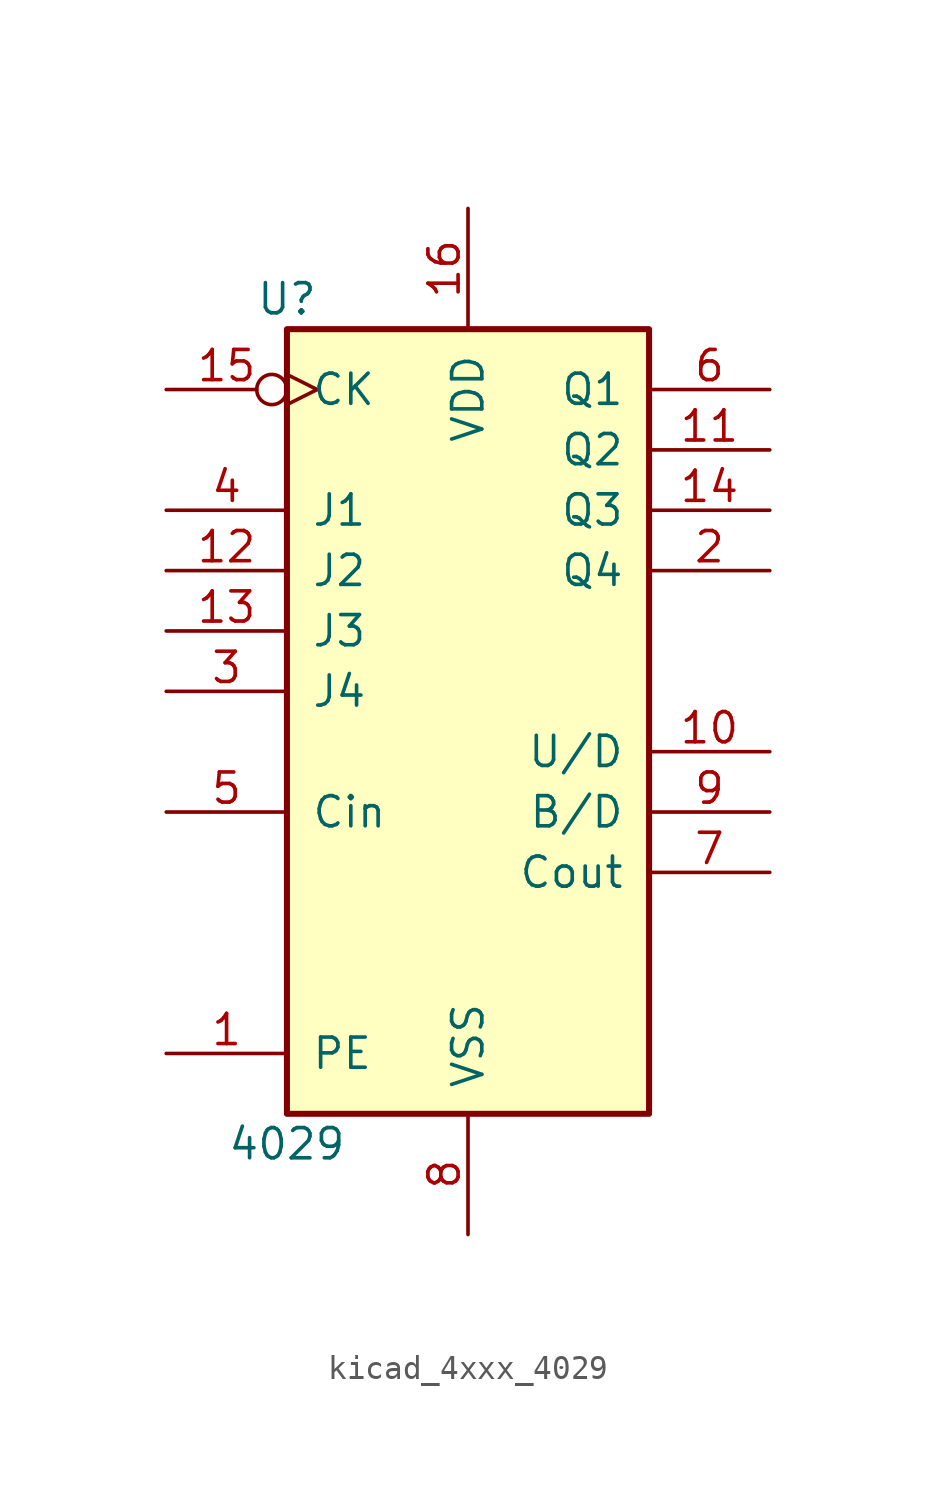
<source format=kicad_sym>
(kicad_symbol_lib
  (version 20220914)
  (generator kicad_symbol_editor)
  (symbol "kicad_4xxx_4029"
    (pin_names
      (offset 1.016))
    (property "Reference" "U"
      (at -7.62 16.51 0)
      (effects (font (size 1.27 1.27))))
    (property "Value" "4029"
      (at -7.62 -19.05 0)
      (effects (font (size 1.27 1.27))))
    (property "ki_locked" ""
      (at 0 0 0)
      (effects (font (size 1.27 1.27))))
    (symbol "kicad_4xxx_4029_1_0"
      (pin input line (at -12.7 -15.24 0) (length 5.08) (name "PE" (effects (font (size 1.27 1.27)))) (number "1" (effects (font (size 1.27 1.27)))))
      (pin input line (at 12.7 -2.54 180) (length 5.08) (name "U/D" (effects (font (size 1.27 1.27)))) (number "10" (effects (font (size 1.27 1.27)))))
      (pin output line (at 12.7 10.16 180) (length 5.08) (name "Q2" (effects (font (size 1.27 1.27)))) (number "11" (effects (font (size 1.27 1.27)))))
      (pin input line (at -12.7 5.08 0) (length 5.08) (name "J2" (effects (font (size 1.27 1.27)))) (number "12" (effects (font (size 1.27 1.27)))))
      (pin input line (at -12.7 2.54 0) (length 5.08) (name "J3" (effects (font (size 1.27 1.27)))) (number "13" (effects (font (size 1.27 1.27)))))
      (pin output line (at 12.7 7.62 180) (length 5.08) (name "Q3" (effects (font (size 1.27 1.27)))) (number "14" (effects (font (size 1.27 1.27)))))
      (pin input inverted_clock (at -12.7 12.7 0) (length 5.08) (name "CK" (effects (font (size 1.27 1.27)))) (number "15" (effects (font (size 1.27 1.27)))))
      (pin power_in line (at 0 20.32 270) (length 5.08) (name "VDD" (effects (font (size 1.27 1.27)))) (number "16" (effects (font (size 1.27 1.27)))))
      (pin output line (at 12.7 5.08 180) (length 5.08) (name "Q4" (effects (font (size 1.27 1.27)))) (number "2" (effects (font (size 1.27 1.27)))))
      (pin input line (at -12.7 0 0) (length 5.08) (name "J4" (effects (font (size 1.27 1.27)))) (number "3" (effects (font (size 1.27 1.27)))))
      (pin input line (at -12.7 7.62 0) (length 5.08) (name "J1" (effects (font (size 1.27 1.27)))) (number "4" (effects (font (size 1.27 1.27)))))
      (pin input line (at -12.7 -5.08 0) (length 5.08) (name "Cin" (effects (font (size 1.27 1.27)))) (number "5" (effects (font (size 1.27 1.27)))))
      (pin output line (at 12.7 12.7 180) (length 5.08) (name "Q1" (effects (font (size 1.27 1.27)))) (number "6" (effects (font (size 1.27 1.27)))))
      (pin output line (at 12.7 -7.62 180) (length 5.08) (name "Cout" (effects (font (size 1.27 1.27)))) (number "7" (effects (font (size 1.27 1.27)))))
      (pin power_in line (at 0 -22.86 90) (length 5.08) (name "VSS" (effects (font (size 1.27 1.27)))) (number "8" (effects (font (size 1.27 1.27)))))
      (pin input line (at 12.7 -5.08 180) (length 5.08) (name "B/D" (effects (font (size 1.27 1.27)))) (number "9" (effects (font (size 1.27 1.27))))))
    (symbol "kicad_4xxx_4029_1_1"
      (rectangle (start -7.62 15.24) (end 7.62 -17.78) (stroke (width 0.254) (type default)) (fill (type background))))))
</source>
